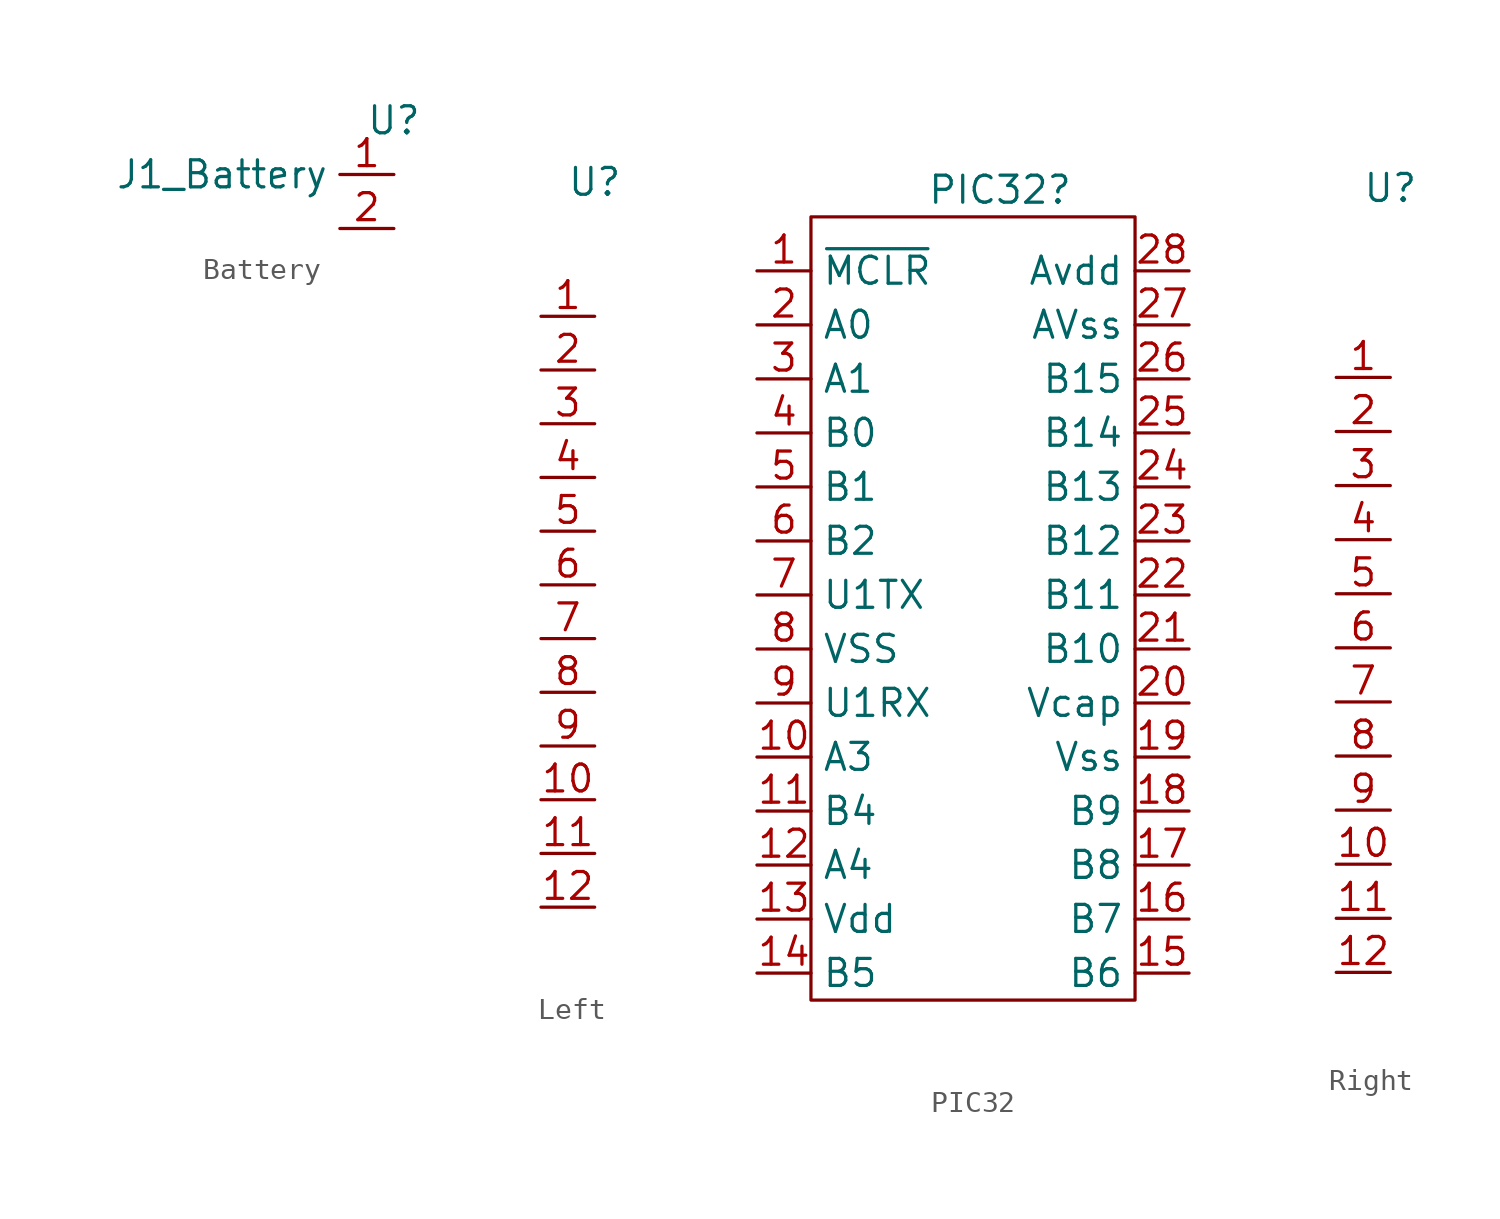
<source format=kicad_sym>
(kicad_symbol_lib
  (version 20220914)
  (generator kicad_symbol_editor)
  (symbol "Battery"
    (property "Reference" "U"
      (at 0 0 0)
      (effects (font (size 1.27 1.27))))
    (property "Value" ""
      (at 0 0 0)
      (effects (font (size 1.27 1.27))))
    (symbol "Battery_1_1"
      (pin passive line (at 0 -2.54 180) (length 2.54) (name "J1_Battery" (effects (font (size 1.27 1.27)))) (number "1" (effects (font (size 1.27 1.27)))))
      (pin passive line (at 0 -5.08 180) (length 2.54) (name "" (effects (font (size 1.27 1.27)))) (number "2" (effects (font (size 1.27 1.27)))))))
  (symbol "Left"
    (property "Reference" "U"
      (at 0 0 0)
      (effects (font (size 1.27 1.27))))
    (property "Value" ""
      (at 0 0 0)
      (effects (font (size 1.27 1.27))))
    (symbol "Left_1_1"
      (pin input line (at -2.54 -6.35 0) (length 2.54) (name "" (effects (font (size 1.27 1.27)))) (number "1" (effects (font (size 1.27 1.27)))))
      (pin input line (at -2.54 -29.21 0) (length 2.54) (name "" (effects (font (size 1.27 1.27)))) (number "10" (effects (font (size 1.27 1.27)))))
      (pin input line (at -2.54 -31.75 0) (length 2.54) (name "" (effects (font (size 1.27 1.27)))) (number "11" (effects (font (size 1.27 1.27)))))
      (pin input line (at -2.54 -34.29 0) (length 2.54) (name "" (effects (font (size 1.27 1.27)))) (number "12" (effects (font (size 1.27 1.27)))))
      (pin input line (at -2.54 -8.89 0) (length 2.54) (name "" (effects (font (size 1.27 1.27)))) (number "2" (effects (font (size 1.27 1.27)))))
      (pin input line (at -2.54 -11.43 0) (length 2.54) (name "" (effects (font (size 1.27 1.27)))) (number "3" (effects (font (size 1.27 1.27)))))
      (pin input line (at -2.54 -13.97 0) (length 2.54) (name "" (effects (font (size 1.27 1.27)))) (number "4" (effects (font (size 1.27 1.27)))))
      (pin input line (at -2.54 -16.51 0) (length 2.54) (name "" (effects (font (size 1.27 1.27)))) (number "5" (effects (font (size 1.27 1.27)))))
      (pin input line (at -2.54 -19.05 0) (length 2.54) (name "" (effects (font (size 1.27 1.27)))) (number "6" (effects (font (size 1.27 1.27)))))
      (pin input line (at -2.54 -21.59 0) (length 2.54) (name "" (effects (font (size 1.27 1.27)))) (number "7" (effects (font (size 1.27 1.27)))))
      (pin input line (at -2.54 -24.13 0) (length 2.54) (name "" (effects (font (size 1.27 1.27)))) (number "8" (effects (font (size 1.27 1.27)))))
      (pin input line (at -2.54 -26.67 0) (length 2.54) (name "" (effects (font (size 1.27 1.27)))) (number "9" (effects (font (size 1.27 1.27)))))))
  (symbol "PIC32"
    (property "Reference" "PIC32"
      (at 1.27 1.27 0)
      (effects (font (size 1.27 1.27))))
    (property "Value" ""
      (at -1.27 0 0)
      (effects (font (size 1.27 1.27))))
    (symbol "PIC32_0_1"
      (rectangle (start -7.62 0) (end 7.62 -36.83) (stroke (width 0) (type default)) (fill (type none))))
    (symbol "PIC32_1_1"
      (pin input line (at -10.16 -2.54 0) (length 2.54) (name "~{MCLR}" (effects (font (size 1.27 1.27)))) (number "1" (effects (font (size 1.27 1.27)))))
      (pin input line (at -10.16 -25.4 0) (length 2.54) (name "A3" (effects (font (size 1.27 1.27)))) (number "10" (effects (font (size 1.27 1.27)))))
      (pin input line (at -10.16 -27.94 0) (length 2.54) (name "B4" (effects (font (size 1.27 1.27)))) (number "11" (effects (font (size 1.27 1.27)))))
      (pin input line (at -10.16 -30.48 0) (length 2.54) (name "A4" (effects (font (size 1.27 1.27)))) (number "12" (effects (font (size 1.27 1.27)))))
      (pin input line (at -10.16 -33.02 0) (length 2.54) (name "Vdd" (effects (font (size 1.27 1.27)))) (number "13" (effects (font (size 1.27 1.27)))))
      (pin input line (at -10.16 -35.56 0) (length 2.54) (name "B5" (effects (font (size 1.27 1.27)))) (number "14" (effects (font (size 1.27 1.27)))))
      (pin input line (at 10.16 -35.56 180) (length 2.54) (name "B6" (effects (font (size 1.27 1.27)))) (number "15" (effects (font (size 1.27 1.27)))))
      (pin input line (at 10.16 -33.02 180) (length 2.54) (name "B7" (effects (font (size 1.27 1.27)))) (number "16" (effects (font (size 1.27 1.27)))))
      (pin input line (at 10.16 -30.48 180) (length 2.54) (name "B8" (effects (font (size 1.27 1.27)))) (number "17" (effects (font (size 1.27 1.27)))))
      (pin input line (at 10.16 -27.94 180) (length 2.54) (name "B9" (effects (font (size 1.27 1.27)))) (number "18" (effects (font (size 1.27 1.27)))))
      (pin input line (at 10.16 -25.4 180) (length 2.54) (name "Vss" (effects (font (size 1.27 1.27)))) (number "19" (effects (font (size 1.27 1.27)))))
      (pin input line (at -10.16 -5.08 0) (length 2.54) (name "A0" (effects (font (size 1.27 1.27)))) (number "2" (effects (font (size 1.27 1.27)))))
      (pin input line (at 10.16 -22.86 180) (length 2.54) (name "Vcap" (effects (font (size 1.27 1.27)))) (number "20" (effects (font (size 1.27 1.27)))))
      (pin input line (at 10.16 -20.32 180) (length 2.54) (name "B10" (effects (font (size 1.27 1.27)))) (number "21" (effects (font (size 1.27 1.27)))))
      (pin input line (at 10.16 -17.78 180) (length 2.54) (name "B11" (effects (font (size 1.27 1.27)))) (number "22" (effects (font (size 1.27 1.27)))))
      (pin input line (at 10.16 -15.24 180) (length 2.54) (name "B12" (effects (font (size 1.27 1.27)))) (number "23" (effects (font (size 1.27 1.27)))))
      (pin input line (at 10.16 -12.7 180) (length 2.54) (name "B13" (effects (font (size 1.27 1.27)))) (number "24" (effects (font (size 1.27 1.27)))))
      (pin input line (at 10.16 -10.16 180) (length 2.54) (name "B14" (effects (font (size 1.27 1.27)))) (number "25" (effects (font (size 1.27 1.27)))))
      (pin input line (at 10.16 -7.62 180) (length 2.54) (name "B15" (effects (font (size 1.27 1.27)))) (number "26" (effects (font (size 1.27 1.27)))))
      (pin input line (at 10.16 -5.08 180) (length 2.54) (name "AVss" (effects (font (size 1.27 1.27)))) (number "27" (effects (font (size 1.27 1.27)))))
      (pin input line (at 10.16 -2.54 180) (length 2.54) (name "Avdd" (effects (font (size 1.27 1.27)))) (number "28" (effects (font (size 1.27 1.27)))))
      (pin input line (at -10.16 -7.62 0) (length 2.54) (name "A1" (effects (font (size 1.27 1.27)))) (number "3" (effects (font (size 1.27 1.27)))))
      (pin input line (at -10.16 -10.16 0) (length 2.54) (name "B0" (effects (font (size 1.27 1.27)))) (number "4" (effects (font (size 1.27 1.27)))))
      (pin input line (at -10.16 -12.7 0) (length 2.54) (name "B1" (effects (font (size 1.27 1.27)))) (number "5" (effects (font (size 1.27 1.27)))))
      (pin input line (at -10.16 -15.24 0) (length 2.54) (name "B2" (effects (font (size 1.27 1.27)))) (number "6" (effects (font (size 1.27 1.27)))))
      (pin input line (at -10.16 -17.78 0) (length 2.54) (name "U1TX" (effects (font (size 1.27 1.27)))) (number "7" (effects (font (size 1.27 1.27)))))
      (pin input line (at -10.16 -20.32 0) (length 2.54) (name "VSS" (effects (font (size 1.27 1.27)))) (number "8" (effects (font (size 1.27 1.27)))))
      (pin input line (at -10.16 -22.86 0) (length 2.54) (name "U1RX" (effects (font (size 1.27 1.27)))) (number "9" (effects (font (size 1.27 1.27)))))))
  (symbol "Right"
    (property "Reference" "U"
      (at 0 0 0)
      (effects (font (size 1.27 1.27))))
    (property "Value" ""
      (at 0 0 0)
      (effects (font (size 1.27 1.27))))
    (symbol "Right_1_1"
      (pin input line (at 0 -8.89 180) (length 2.54) (name "" (effects (font (size 1.27 1.27)))) (number "1" (effects (font (size 1.27 1.27)))))
      (pin input line (at 0 -31.75 180) (length 2.54) (name "" (effects (font (size 1.27 1.27)))) (number "10" (effects (font (size 1.27 1.27)))))
      (pin input line (at 0 -34.29 180) (length 2.54) (name "" (effects (font (size 1.27 1.27)))) (number "11" (effects (font (size 1.27 1.27)))))
      (pin input line (at 0 -36.83 180) (length 2.54) (name "" (effects (font (size 1.27 1.27)))) (number "12" (effects (font (size 1.27 1.27)))))
      (pin input line (at 0 -11.43 180) (length 2.54) (name "" (effects (font (size 1.27 1.27)))) (number "2" (effects (font (size 1.27 1.27)))))
      (pin input line (at 0 -13.97 180) (length 2.54) (name "" (effects (font (size 1.27 1.27)))) (number "3" (effects (font (size 1.27 1.27)))))
      (pin input line (at 0 -16.51 180) (length 2.54) (name "" (effects (font (size 1.27 1.27)))) (number "4" (effects (font (size 1.27 1.27)))))
      (pin input line (at 0 -19.05 180) (length 2.54) (name "" (effects (font (size 1.27 1.27)))) (number "5" (effects (font (size 1.27 1.27)))))
      (pin input line (at 0 -21.59 180) (length 2.54) (name "" (effects (font (size 1.27 1.27)))) (number "6" (effects (font (size 1.27 1.27)))))
      (pin input line (at 0 -24.13 180) (length 2.54) (name "" (effects (font (size 1.27 1.27)))) (number "7" (effects (font (size 1.27 1.27)))))
      (pin input line (at 0 -26.67 180) (length 2.54) (name "" (effects (font (size 1.27 1.27)))) (number "8" (effects (font (size 1.27 1.27)))))
      (pin input line (at 0 -29.21 180) (length 2.54) (name "" (effects (font (size 1.27 1.27)))) (number "9" (effects (font (size 1.27 1.27))))))))
</source>
